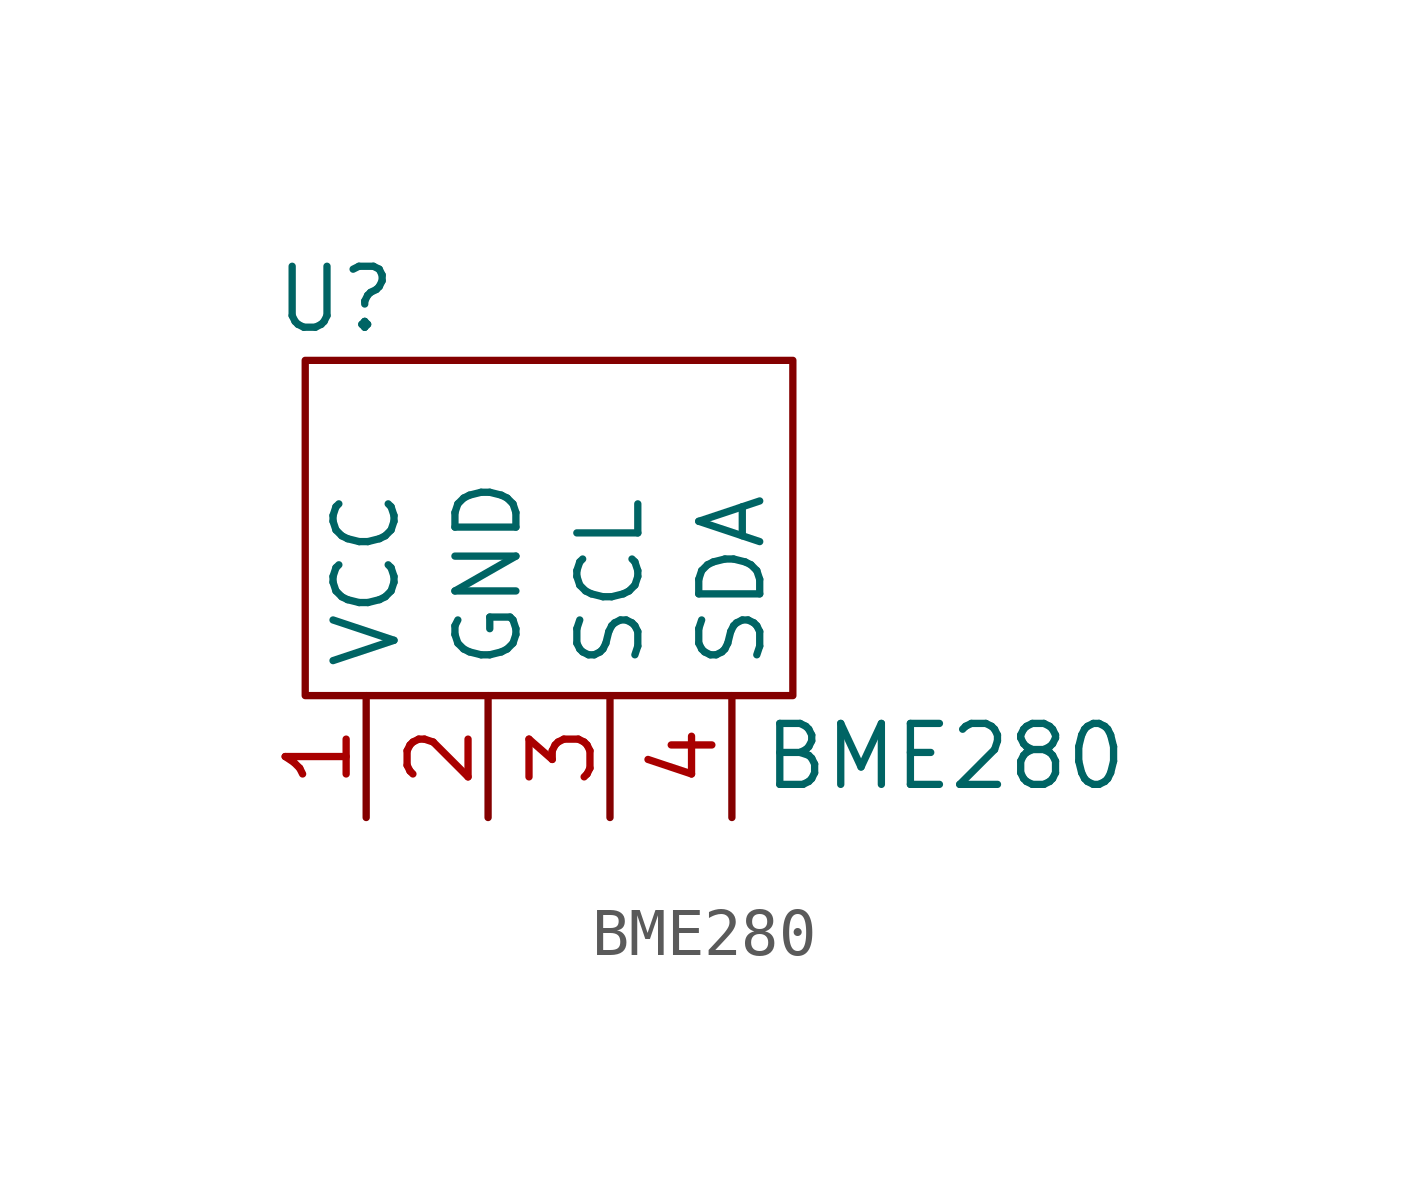
<source format=kicad_sym>
(kicad_symbol_lib
  (version 20211014)
  (generator kicad_symbol_editor)
  (symbol "BME280"
    (property "Reference" "U"
      (at -4.445 5.08 0)
      (effects (font (size 1.27 1.27))))
    (property "Value" "BME280"
      (at 8.255 -4.445 0)
      (effects (font (size 1.27 1.27))))
    (symbol "BME280_0_1"
      (rectangle (start -5.08 3.81) (end 5.08 -3.175) (stroke (width 0) (type default) (color 0 0 0 0)) (fill (type none))))
    (symbol "BME280_1_1"
      (pin input line (at -3.81 -5.715 90) (length 2.54) (name "VCC" (effects (font (size 1.27 1.27)))) (number "1" (effects (font (size 1.27 1.27)))))
      (pin input line (at -1.27 -5.715 90) (length 2.54) (name "GND" (effects (font (size 1.27 1.27)))) (number "2" (effects (font (size 1.27 1.27)))))
      (pin input line (at 1.27 -5.715 90) (length 2.54) (name "SCL" (effects (font (size 1.27 1.27)))) (number "3" (effects (font (size 1.27 1.27)))))
      (pin input line (at 3.81 -5.715 90) (length 2.54) (name "SDA" (effects (font (size 1.27 1.27)))) (number "4" (effects (font (size 1.27 1.27))))))))
</source>
